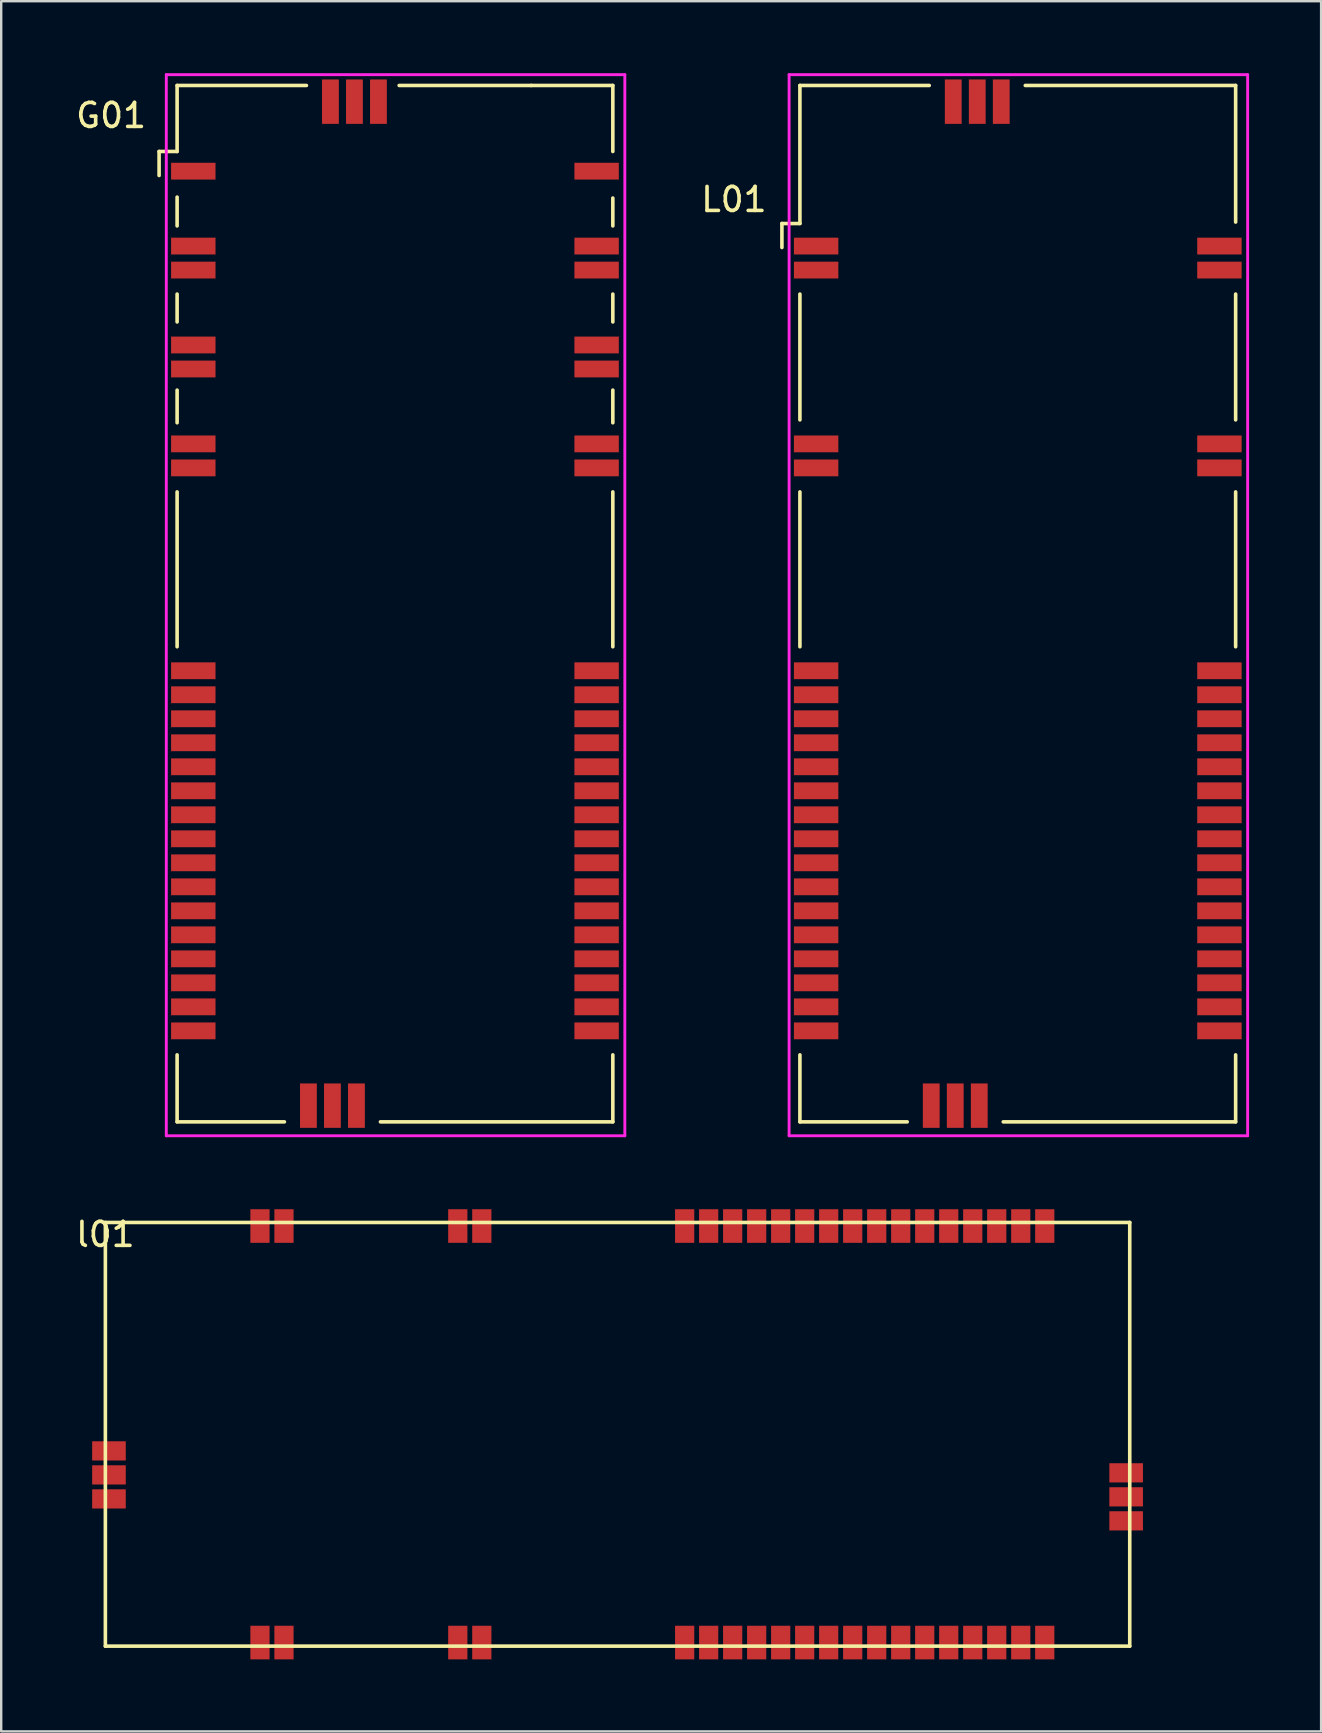
<source format=kicad_pcb>
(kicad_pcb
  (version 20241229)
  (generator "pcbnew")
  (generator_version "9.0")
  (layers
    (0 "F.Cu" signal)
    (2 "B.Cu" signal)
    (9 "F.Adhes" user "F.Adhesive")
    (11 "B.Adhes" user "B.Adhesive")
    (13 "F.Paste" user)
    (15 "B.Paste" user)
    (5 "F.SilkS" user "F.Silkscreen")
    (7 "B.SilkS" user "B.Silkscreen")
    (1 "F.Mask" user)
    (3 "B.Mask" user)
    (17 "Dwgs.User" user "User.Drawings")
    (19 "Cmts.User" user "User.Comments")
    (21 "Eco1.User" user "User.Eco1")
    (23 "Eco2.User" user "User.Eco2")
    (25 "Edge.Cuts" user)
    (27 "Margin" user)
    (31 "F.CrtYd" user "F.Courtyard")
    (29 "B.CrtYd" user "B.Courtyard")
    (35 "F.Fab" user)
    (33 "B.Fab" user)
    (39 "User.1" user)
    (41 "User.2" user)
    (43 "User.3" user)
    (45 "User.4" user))
  (footprint "l01"
    (layer "F.Cu")
    (at 1.339 47.87)
    (property "Reference" "l01" (at 0 0.5 0) (layer "F.SilkS") (effects (font (size 1 1) (thickness 0.15))))
    (attr through_hole)
    (fp_line (start 0 0) (end 42.67 0) (stroke (width 0.15) (type solid)) (layer "F.SilkS"))
    (fp_line (start 0 17.65) (end 0 0) (stroke (width 0.15) (type solid)) (layer "F.SilkS"))
    (fp_line (start 42.67 0) (end 42.67 17.65) (stroke (width 0.15) (type solid)) (layer "F.SilkS"))
    (fp_line (start 42.67 17.65) (end 0 17.65) (stroke (width 0.15) (type solid)) (layer "F.SilkS"))
    (pad "1" smd rect (at 6.44 0.15) (size 0.8 1.4) (layers "F.Cu" "F.Mask" "F.Paste"))
    (pad "2" smd rect (at 7.44 0.15) (size 0.8 1.4) (layers "F.Cu" "F.Mask" "F.Paste"))
    (pad "3" smd rect (at 6.44 17.5) (size 0.8 1.4) (layers "F.Cu" "F.Mask" "F.Paste"))
    (pad "4" smd rect (at 14.68 17.5) (size 0.8 1.4) (layers "F.Cu" "F.Mask" "F.Paste"))
    (pad "5" smd rect (at 7.44 17.5) (size 0.8 1.4) (layers "F.Cu" "F.Mask" "F.Paste"))
    (pad "5" smd rect (at 15.68 17.5) (size 0.8 1.4) (layers "F.Cu" "F.Mask" "F.Paste"))
    (pad "6" smd rect (at 14.68 0.15) (size 0.8 1.4) (layers "F.Cu" "F.Mask" "F.Paste"))
    (pad "7" smd rect (at 15.68 0.15) (size 0.8 1.4) (layers "F.Cu" "F.Mask" "F.Paste"))
    (pad "8" smd rect (at 24.13 0.15) (size 0.8 1.4) (layers "F.Cu" "F.Mask" "F.Paste"))
    (pad "9" smd rect (at 25.13 0.15) (size 0.8 1.4) (layers "F.Cu" "F.Mask" "F.Paste"))
    (pad "10" smd rect (at 26.13 0.15) (size 0.8 1.4) (layers "F.Cu" "F.Mask" "F.Paste"))
    (pad "11" smd rect (at 27.13 0.15) (size 0.8 1.4) (layers "F.Cu" "F.Mask" "F.Paste"))
    (pad "12" smd rect (at 28.13 0.15) (size 0.8 1.4) (layers "F.Cu" "F.Mask" "F.Paste"))
    (pad "13" smd rect (at 29.13 0.15) (size 0.8 1.4) (layers "F.Cu" "F.Mask" "F.Paste"))
    (pad "14" smd rect (at 30.13 0.15) (size 0.8 1.4) (layers "F.Cu" "F.Mask" "F.Paste"))
    (pad "15" smd rect (at 31.13 0.15) (size 0.8 1.4) (layers "F.Cu" "F.Mask" "F.Paste"))
    (pad "16" smd rect (at 32.13 0.15) (size 0.8 1.4) (layers "F.Cu" "F.Mask" "F.Paste"))
    (pad "17" smd rect (at 33.13 0.15) (size 0.8 1.4) (layers "F.Cu" "F.Mask" "F.Paste"))
    (pad "18" smd rect (at 34.13 0.15) (size 0.8 1.4) (layers "F.Cu" "F.Mask" "F.Paste"))
    (pad "19" smd rect (at 35.13 0.15) (size 0.8 1.4) (layers "F.Cu" "F.Mask" "F.Paste"))
    (pad "20" smd rect (at 36.13 0.15) (size 0.8 1.4) (layers "F.Cu" "F.Mask" "F.Paste"))
    (pad "21" smd rect (at 37.13 0.15) (size 0.8 1.4) (layers "F.Cu" "F.Mask" "F.Paste"))
    (pad "22" smd rect (at 38.13 0.15) (size 0.8 1.4) (layers "F.Cu" "F.Mask" "F.Paste"))
    (pad "23" smd rect (at 39.13 0.15) (size 0.8 1.4) (layers "F.Cu" "F.Mask" "F.Paste"))
    (pad "24" smd rect (at 24.13 17.5) (size 0.8 1.4) (layers "F.Cu" "F.Mask" "F.Paste"))
    (pad "25" smd rect (at 25.13 17.5) (size 0.8 1.4) (layers "F.Cu" "F.Mask" "F.Paste"))
    (pad "26" smd rect (at 26.13 17.5) (size 0.8 1.4) (layers "F.Cu" "F.Mask" "F.Paste"))
    (pad "27" smd rect (at 27.13 17.5) (size 0.8 1.4) (layers "F.Cu" "F.Mask" "F.Paste"))
    (pad "28" smd rect (at 28.13 17.5) (size 0.8 1.4) (layers "F.Cu" "F.Mask" "F.Paste"))
    (pad "29" smd rect (at 29.13 17.5) (size 0.8 1.4) (layers "F.Cu" "F.Mask" "F.Paste"))
    (pad "30" smd rect (at 30.13 17.5) (size 0.8 1.4) (layers "F.Cu" "F.Mask" "F.Paste"))
    (pad "31" smd rect (at 31.13 17.5) (size 0.8 1.4) (layers "F.Cu" "F.Mask" "F.Paste"))
    (pad "32" smd rect (at 32.13 17.5) (size 0.8 1.4) (layers "F.Cu" "F.Mask" "F.Paste"))
    (pad "33" smd rect (at 33.13 17.5) (size 0.8 1.4) (layers "F.Cu" "F.Mask" "F.Paste"))
    (pad "34" smd rect (at 34.13 17.5) (size 0.8 1.4) (layers "F.Cu" "F.Mask" "F.Paste"))
    (pad "35" smd rect (at 35.13 17.5) (size 0.8 1.4) (layers "F.Cu" "F.Mask" "F.Paste"))
    (pad "36" smd rect (at 36.13 17.5) (size 0.8 1.4) (layers "F.Cu" "F.Mask" "F.Paste"))
    (pad "37" smd rect (at 37.13 17.5) (size 0.8 1.4) (layers "F.Cu" "F.Mask" "F.Paste"))
    (pad "38" smd rect (at 38.13 17.5) (size 0.8 1.4) (layers "F.Cu" "F.Mask" "F.Paste"))
    (pad "39" smd rect (at 39.13 17.5) (size 0.8 1.4) (layers "F.Cu" "F.Mask" "F.Paste"))
    (pad "40" smd rect (at 42.52 10.43) (size 1.4 0.8) (layers "F.Cu" "F.Mask" "F.Paste"))
    (pad "41" smd rect (at 42.52 11.43) (size 1.4 0.8) (layers "F.Cu" "F.Mask" "F.Paste"))
    (pad "42" smd rect (at 42.52 12.43) (size 1.4 0.8) (layers "F.Cu" "F.Mask" "F.Paste"))
    (pad "43" smd rect (at 0.15 9.516) (size 1.4 0.8) (layers "F.Cu" "F.Mask" "F.Paste"))
    (pad "44" smd rect (at 0.15 10.516) (size 1.4 0.8) (layers "F.Cu" "F.Mask" "F.Paste"))
    (pad "45" smd rect (at 0.15 11.516) (size 1.4 0.8) (layers "F.Cu" "F.Mask" "F.Paste")))
  (footprint "G01"
    (layer "F.Cu")
    (at 4.577 0.76)
    (property "Reference" "G01" (at -3 1 180) (layer "F.SilkS") (effects (font (size 1 1) (thickness 0.15))))
    (attr through_hole)
    (fp_line (start -1 3.5) (end -1 2.5) (stroke (width 0.15) (type solid)) (layer "F.SilkS"))
    (fp_line (start -0.25 -0.25) (end -0.25 2.5) (stroke (width 0.15) (type solid)) (layer "F.SilkS"))
    (fp_line (start -0.25 -0.25) (end 5.137 -0.25) (stroke (width 0.15) (type solid)) (layer "F.SilkS"))
    (fp_line (start -0.25 2.5) (end -1 2.5) (stroke (width 0.15) (type solid)) (layer "F.SilkS"))
    (fp_line (start -0.25 4.4) (end -0.25 5.6) (stroke (width 0.15) (type solid)) (layer "F.SilkS"))
    (fp_line (start -0.25 8.44) (end -0.25 9.6) (stroke (width 0.15) (type solid)) (layer "F.SilkS"))
    (fp_line (start -0.25 12.44) (end -0.25 13.8) (stroke (width 0.15) (type solid)) (layer "F.SilkS"))
    (fp_line (start -0.25 16.68) (end -0.25 23.13) (stroke (width 0.15) (type solid)) (layer "F.SilkS"))
    (fp_line (start -0.25 42.92) (end -0.25 40.13) (stroke (width 0.15) (type solid)) (layer "F.SilkS"))
    (fp_line (start -0.25 42.92) (end 4.22 42.92) (stroke (width 0.15) (type solid)) (layer "F.SilkS"))
    (fp_line (start 9 -0.25) (end 14.5 -0.25) (stroke (width 0.15) (type solid)) (layer "F.SilkS"))
    (fp_line (start 14.5 -0.25) (end 17.9 -0.25) (stroke (width 0.15) (type solid)) (layer "F.SilkS"))
    (fp_line (start 17.9 2.5) (end 17.9 -0.25) (stroke (width 0.15) (type solid)) (layer "F.SilkS"))
    (fp_line (start 17.9 4.44) (end 17.9 5.6) (stroke (width 0.15) (type solid)) (layer "F.SilkS"))
    (fp_line (start 17.9 9.6) (end 17.9 8.44) (stroke (width 0.15) (type solid)) (layer "F.SilkS"))
    (fp_line (start 17.9 13.8) (end 17.9 12.44) (stroke (width 0.15) (type solid)) (layer "F.SilkS"))
    (fp_line (start 17.9 23.13) (end 17.9 16.68) (stroke (width 0.15) (type solid)) (layer "F.SilkS"))
    (fp_line (start 17.9 40.13) (end 17.9 42.92) (stroke (width 0.15) (type solid)) (layer "F.SilkS"))
    (fp_line (start 17.9 42.92) (end 8.22 42.92) (stroke (width 0.15) (type solid)) (layer "F.SilkS"))
    (fp_line (start -0.7 -0.7) (end 18.4 -0.7) (stroke (width 0.12) (type solid)) (layer "F.CrtYd"))
    (fp_line (start -0.7 43.5) (end -0.7 -0.7) (stroke (width 0.12) (type solid)) (layer "F.CrtYd"))
    (fp_line (start 18.4 -0.7) (end 18.4 43.5) (stroke (width 0.12) (type solid)) (layer "F.CrtYd"))
    (fp_line (start 18.4 43.5) (end -0.7 43.5) (stroke (width 0.12) (type solid)) (layer "F.CrtYd"))
    (pad "1" smd rect (at 0.425 3.32) (size 1.85 0.7) (layers "F.Cu" "F.Mask" "F.Paste"))
    (pad "2" smd rect (at 0.425 6.44) (size 1.85 0.7) (layers "F.Cu" "F.Mask" "F.Paste"))
    (pad "3" smd rect (at 0.425 7.44) (size 1.85 0.7) (layers "F.Cu" "F.Mask" "F.Paste"))
    (pad "4" smd rect (at 0.425 10.56) (size 1.85 0.7) (layers "F.Cu" "F.Mask" "F.Paste"))
    (pad "5" smd rect (at 0.425 11.56) (size 1.85 0.7) (layers "F.Cu" "F.Mask" "F.Paste"))
    (pad "6" smd rect (at 0.425 14.68) (size 1.85 0.7) (layers "F.Cu" "F.Mask" "F.Paste"))
    (pad "7" smd rect (at 0.425 15.68) (size 1.85 0.7) (layers "F.Cu" "F.Mask" "F.Paste"))
    (pad "8" smd rect (at 0.425 24.13) (size 1.85 0.7) (layers "F.Cu" "F.Mask" "F.Paste"))
    (pad "9" smd rect (at 0.425 25.13) (size 1.85 0.7) (layers "F.Cu" "F.Mask" "F.Paste"))
    (pad "10" smd rect (at 0.425 26.13) (size 1.85 0.7) (layers "F.Cu" "F.Mask" "F.Paste"))
    (pad "11" smd rect (at 0.425 27.13) (size 1.85 0.7) (layers "F.Cu" "F.Mask" "F.Paste"))
    (pad "12" smd rect (at 0.425 28.13) (size 1.85 0.7) (layers "F.Cu" "F.Mask" "F.Paste"))
    (pad "13" smd rect (at 0.425 29.13) (size 1.85 0.7) (layers "F.Cu" "F.Mask" "F.Paste"))
    (pad "14" smd rect (at 0.425 30.13) (size 1.85 0.7) (layers "F.Cu" "F.Mask" "F.Paste"))
    (pad "15" smd rect (at 0.425 31.13) (size 1.85 0.7) (layers "F.Cu" "F.Mask" "F.Paste"))
    (pad "16" smd rect (at 0.425 32.13) (size 1.85 0.7) (layers "F.Cu" "F.Mask" "F.Paste"))
    (pad "17" smd rect (at 0.425 33.13) (size 1.85 0.7) (layers "F.Cu" "F.Mask" "F.Paste"))
    (pad "18" smd rect (at 0.425 34.13) (size 1.85 0.7) (layers "F.Cu" "F.Mask" "F.Paste"))
    (pad "19" smd rect (at 0.425 35.13) (size 1.85 0.7) (layers "F.Cu" "F.Mask" "F.Paste"))
    (pad "20" smd rect (at 0.425 36.13) (size 1.85 0.7) (layers "F.Cu" "F.Mask" "F.Paste"))
    (pad "21" smd rect (at 0.425 37.13) (size 1.85 0.7) (layers "F.Cu" "F.Mask" "F.Paste"))
    (pad "22" smd rect (at 0.425 38.13) (size 1.85 0.7) (layers "F.Cu" "F.Mask" "F.Paste"))
    (pad "23" smd rect (at 0.425 39.13) (size 1.85 0.7) (layers "F.Cu" "F.Mask" "F.Paste"))
    (pad "24" smd rect (at 5.22 42.245 90) (size 1.85 0.7) (layers "F.Cu" "F.Mask" "F.Paste"))
    (pad "25" smd rect (at 6.22 42.245 90) (size 1.85 0.7) (layers "F.Cu" "F.Mask" "F.Paste"))
    (pad "26" smd rect (at 7.22 42.245 90) (size 1.85 0.7) (layers "F.Cu" "F.Mask" "F.Paste"))
    (pad "27" smd rect (at 17.225 39.13) (size 1.85 0.7) (layers "F.Cu" "F.Mask" "F.Paste"))
    (pad "28" smd rect (at 17.225 38.13) (size 1.85 0.7) (layers "F.Cu" "F.Mask" "F.Paste"))
    (pad "29" smd rect (at 17.225 37.13) (size 1.85 0.7) (layers "F.Cu" "F.Mask" "F.Paste"))
    (pad "30" smd rect (at 17.225 36.13) (size 1.85 0.7) (layers "F.Cu" "F.Mask" "F.Paste"))
    (pad "31" smd rect (at 17.225 35.13) (size 1.85 0.7) (layers "F.Cu" "F.Mask" "F.Paste"))
    (pad "32" smd rect (at 17.225 34.13) (size 1.85 0.7) (layers "F.Cu" "F.Mask" "F.Paste"))
    (pad "33" smd rect (at 17.225 33.13) (size 1.85 0.7) (layers "F.Cu" "F.Mask" "F.Paste"))
    (pad "34" smd rect (at 17.225 32.13) (size 1.85 0.7) (layers "F.Cu" "F.Mask" "F.Paste"))
    (pad "35" smd rect (at 17.225 31.13) (size 1.85 0.7) (layers "F.Cu" "F.Mask" "F.Paste"))
    (pad "36" smd rect (at 17.225 30.13) (size 1.85 0.7) (layers "F.Cu" "F.Mask" "F.Paste"))
    (pad "37" smd rect (at 17.225 29.13) (size 1.85 0.7) (layers "F.Cu" "F.Mask" "F.Paste"))
    (pad "38" smd rect (at 17.225 28.13) (size 1.85 0.7) (layers "F.Cu" "F.Mask" "F.Paste"))
    (pad "39" smd rect (at 17.225 27.13) (size 1.85 0.7) (layers "F.Cu" "F.Mask" "F.Paste"))
    (pad "40" smd rect (at 17.225 26.13) (size 1.85 0.7) (layers "F.Cu" "F.Mask" "F.Paste"))
    (pad "41" smd rect (at 17.225 25.13) (size 1.85 0.7) (layers "F.Cu" "F.Mask" "F.Paste"))
    (pad "42" smd rect (at 17.225 24.13) (size 1.85 0.7) (layers "F.Cu" "F.Mask" "F.Paste"))
    (pad "43" smd rect (at 17.225 15.68) (size 1.85 0.7) (layers "F.Cu" "F.Mask" "F.Paste"))
    (pad "44" smd rect (at 17.225 14.68) (size 1.85 0.7) (layers "F.Cu" "F.Mask" "F.Paste"))
    (pad "45" smd rect (at 17.225 11.56) (size 1.85 0.7) (layers "F.Cu" "F.Mask" "F.Paste"))
    (pad "46" smd rect (at 17.225 10.56) (size 1.85 0.7) (layers "F.Cu" "F.Mask" "F.Paste"))
    (pad "47" smd rect (at 17.225 7.44) (size 1.85 0.7) (layers "F.Cu" "F.Mask" "F.Paste"))
    (pad "48" smd rect (at 17.225 6.44) (size 1.85 0.7) (layers "F.Cu" "F.Mask" "F.Paste"))
    (pad "49" smd rect (at 17.225 3.32) (size 1.85 0.7) (layers "F.Cu" "F.Mask" "F.Paste"))
    (pad "50" smd rect (at 8.137 0.425 90) (size 1.85 0.7) (layers "F.Cu" "F.Mask" "F.Paste"))
    (pad "51" smd rect (at 7.137 0.425 90) (size 1.85 0.7) (layers "F.Cu" "F.Mask" "F.Paste"))
    (pad "52" smd rect (at 6.137 0.425 90) (size 1.85 0.7) (layers "F.Cu" "F.Mask" "F.Paste")))
  (footprint "L01"
    (layer "F.Cu")
    (at 30.52 0.76)
    (property "Reference" "L01" (at -3 4.5 180) (layer "F.SilkS") (effects (font (size 1 1) (thickness 0.15))))
    (attr through_hole)
    (fp_line (start -1 5.5) (end -1 6.5) (stroke (width 0.15) (type solid)) (layer "F.SilkS"))
    (fp_line (start -0.25 -0.25) (end -0.25 5.5) (stroke (width 0.15) (type solid)) (layer "F.SilkS"))
    (fp_line (start -0.25 -0.25) (end 5.137 -0.25) (stroke (width 0.15) (type solid)) (layer "F.SilkS"))
    (fp_line (start -0.25 5.5) (end -1 5.5) (stroke (width 0.15) (type solid)) (layer "F.SilkS"))
    (fp_line (start -0.25 8.44) (end -0.25 13.68) (stroke (width 0.15) (type solid)) (layer "F.SilkS"))
    (fp_line (start -0.25 16.68) (end -0.25 23.13) (stroke (width 0.15) (type solid)) (layer "F.SilkS"))
    (fp_line (start -0.25 42.92) (end -0.25 40.13) (stroke (width 0.15) (type solid)) (layer "F.SilkS"))
    (fp_line (start -0.25 42.92) (end 4.22 42.92) (stroke (width 0.15) (type solid)) (layer "F.SilkS"))
    (fp_line (start 9.137 -0.25) (end 17.9 -0.25) (stroke (width 0.15) (type solid)) (layer "F.SilkS"))
    (fp_line (start 17.9 5.44) (end 17.9 -0.25) (stroke (width 0.15) (type solid)) (layer "F.SilkS"))
    (fp_line (start 17.9 13.68) (end 17.9 8.44) (stroke (width 0.15) (type solid)) (layer "F.SilkS"))
    (fp_line (start 17.9 23.13) (end 17.9 16.68) (stroke (width 0.15) (type solid)) (layer "F.SilkS"))
    (fp_line (start 17.9 40.13) (end 17.9 42.92) (stroke (width 0.15) (type solid)) (layer "F.SilkS"))
    (fp_line (start 17.9 42.92) (end 8.22 42.92) (stroke (width 0.15) (type solid)) (layer "F.SilkS"))
    (fp_line (start -0.7 -0.7) (end 18.4 -0.7) (stroke (width 0.12) (type solid)) (layer "F.CrtYd"))
    (fp_line (start -0.7 43.5) (end -0.7 -0.7) (stroke (width 0.12) (type solid)) (layer "F.CrtYd"))
    (fp_line (start 18.4 -0.7) (end 18.4 43.5) (stroke (width 0.12) (type solid)) (layer "F.CrtYd"))
    (fp_line (start 18.4 43.5) (end -0.7 43.5) (stroke (width 0.12) (type solid)) (layer "F.CrtYd"))
    (pad "1" smd rect (at 0.425 6.44) (size 1.85 0.7) (layers "F.Cu" "F.Mask" "F.Paste"))
    (pad "2" smd rect (at 0.425 7.44) (size 1.85 0.7) (layers "F.Cu" "F.Mask" "F.Paste"))
    (pad "3" smd rect (at 0.425 14.68) (size 1.85 0.7) (layers "F.Cu" "F.Mask" "F.Paste"))
    (pad "4" smd rect (at 0.425 15.68) (size 1.85 0.7) (layers "F.Cu" "F.Mask" "F.Paste"))
    (pad "5" smd rect (at 0.425 24.13) (size 1.85 0.7) (layers "F.Cu" "F.Mask" "F.Paste"))
    (pad "6" smd rect (at 0.425 25.13) (size 1.85 0.7) (layers "F.Cu" "F.Mask" "F.Paste"))
    (pad "7" smd rect (at 0.425 26.13) (size 1.85 0.7) (layers "F.Cu" "F.Mask" "F.Paste"))
    (pad "8" smd rect (at 0.425 27.13) (size 1.85 0.7) (layers "F.Cu" "F.Mask" "F.Paste"))
    (pad "9" smd rect (at 0.425 28.13) (size 1.85 0.7) (layers "F.Cu" "F.Mask" "F.Paste"))
    (pad "10" smd rect (at 0.425 29.13) (size 1.85 0.7) (layers "F.Cu" "F.Mask" "F.Paste"))
    (pad "11" smd rect (at 0.425 30.13) (size 1.85 0.7) (layers "F.Cu" "F.Mask" "F.Paste"))
    (pad "12" smd rect (at 0.425 31.13) (size 1.85 0.7) (layers "F.Cu" "F.Mask" "F.Paste"))
    (pad "13" smd rect (at 0.425 32.13) (size 1.85 0.7) (layers "F.Cu" "F.Mask" "F.Paste"))
    (pad "14" smd rect (at 0.425 33.13) (size 1.85 0.7) (layers "F.Cu" "F.Mask" "F.Paste"))
    (pad "15" smd rect (at 0.425 34.13) (size 1.85 0.7) (layers "F.Cu" "F.Mask" "F.Paste"))
    (pad "16" smd rect (at 0.425 35.13) (size 1.85 0.7) (layers "F.Cu" "F.Mask" "F.Paste"))
    (pad "17" smd rect (at 0.425 36.13) (size 1.85 0.7) (layers "F.Cu" "F.Mask" "F.Paste"))
    (pad "18" smd rect (at 0.425 37.13) (size 1.85 0.7) (layers "F.Cu" "F.Mask" "F.Paste"))
    (pad "19" smd rect (at 0.425 38.13) (size 1.85 0.7) (layers "F.Cu" "F.Mask" "F.Paste"))
    (pad "20" smd rect (at 0.425 39.13) (size 1.85 0.7) (layers "F.Cu" "F.Mask" "F.Paste"))
    (pad "21" smd rect (at 5.22 42.245 90) (size 1.85 0.7) (layers "F.Cu" "F.Mask" "F.Paste"))
    (pad "22" smd rect (at 6.22 42.245 90) (size 1.85 0.7) (layers "F.Cu" "F.Mask" "F.Paste"))
    (pad "23" smd rect (at 7.22 42.245 90) (size 1.85 0.7) (layers "F.Cu" "F.Mask" "F.Paste"))
    (pad "24" smd rect (at 17.225 39.13) (size 1.85 0.7) (layers "F.Cu" "F.Mask" "F.Paste"))
    (pad "25" smd rect (at 17.225 38.13) (size 1.85 0.7) (layers "F.Cu" "F.Mask" "F.Paste"))
    (pad "26" smd rect (at 17.225 37.13) (size 1.85 0.7) (layers "F.Cu" "F.Mask" "F.Paste"))
    (pad "27" smd rect (at 17.225 36.13) (size 1.85 0.7) (layers "F.Cu" "F.Mask" "F.Paste"))
    (pad "28" smd rect (at 17.225 35.13) (size 1.85 0.7) (layers "F.Cu" "F.Mask" "F.Paste"))
    (pad "29" smd rect (at 17.225 34.13) (size 1.85 0.7) (layers "F.Cu" "F.Mask" "F.Paste"))
    (pad "30" smd rect (at 17.225 33.13) (size 1.85 0.7) (layers "F.Cu" "F.Mask" "F.Paste"))
    (pad "31" smd rect (at 17.225 32.13) (size 1.85 0.7) (layers "F.Cu" "F.Mask" "F.Paste"))
    (pad "32" smd rect (at 17.225 31.13) (size 1.85 0.7) (layers "F.Cu" "F.Mask" "F.Paste"))
    (pad "33" smd rect (at 17.225 30.13) (size 1.85 0.7) (layers "F.Cu" "F.Mask" "F.Paste"))
    (pad "34" smd rect (at 17.225 29.13) (size 1.85 0.7) (layers "F.Cu" "F.Mask" "F.Paste"))
    (pad "35" smd rect (at 17.225 28.13) (size 1.85 0.7) (layers "F.Cu" "F.Mask" "F.Paste"))
    (pad "36" smd rect (at 17.225 27.13) (size 1.85 0.7) (layers "F.Cu" "F.Mask" "F.Paste"))
    (pad "37" smd rect (at 17.225 26.13) (size 1.85 0.7) (layers "F.Cu" "F.Mask" "F.Paste"))
    (pad "38" smd rect (at 17.225 25.13) (size 1.85 0.7) (layers "F.Cu" "F.Mask" "F.Paste"))
    (pad "39" smd rect (at 17.225 24.13) (size 1.85 0.7) (layers "F.Cu" "F.Mask" "F.Paste"))
    (pad "40" smd rect (at 17.225 15.68) (size 1.85 0.7) (layers "F.Cu" "F.Mask" "F.Paste"))
    (pad "41" smd rect (at 17.225 14.68) (size 1.85 0.7) (layers "F.Cu" "F.Mask" "F.Paste"))
    (pad "42" smd rect (at 17.225 7.44) (size 1.85 0.7) (layers "F.Cu" "F.Mask" "F.Paste"))
    (pad "43" smd rect (at 17.225 6.44) (size 1.85 0.7) (layers "F.Cu" "F.Mask" "F.Paste"))
    (pad "44" smd rect (at 8.137 0.425 90) (size 1.85 0.7) (layers "F.Cu" "F.Mask" "F.Paste"))
    (pad "45" smd rect (at 7.137 0.425 90) (size 1.85 0.7) (layers "F.Cu" "F.Mask" "F.Paste"))
    (pad "46" smd rect (at 6.137 0.425 90) (size 1.85 0.7) (layers "F.Cu" "F.Mask" "F.Paste")))
  (gr_rect
    (start -3 -3)
    (end 51.98 69.07)
    (stroke (width 0.1) (type default))
    (fill no)
    (layer "Edge.Cuts")))
</source>
